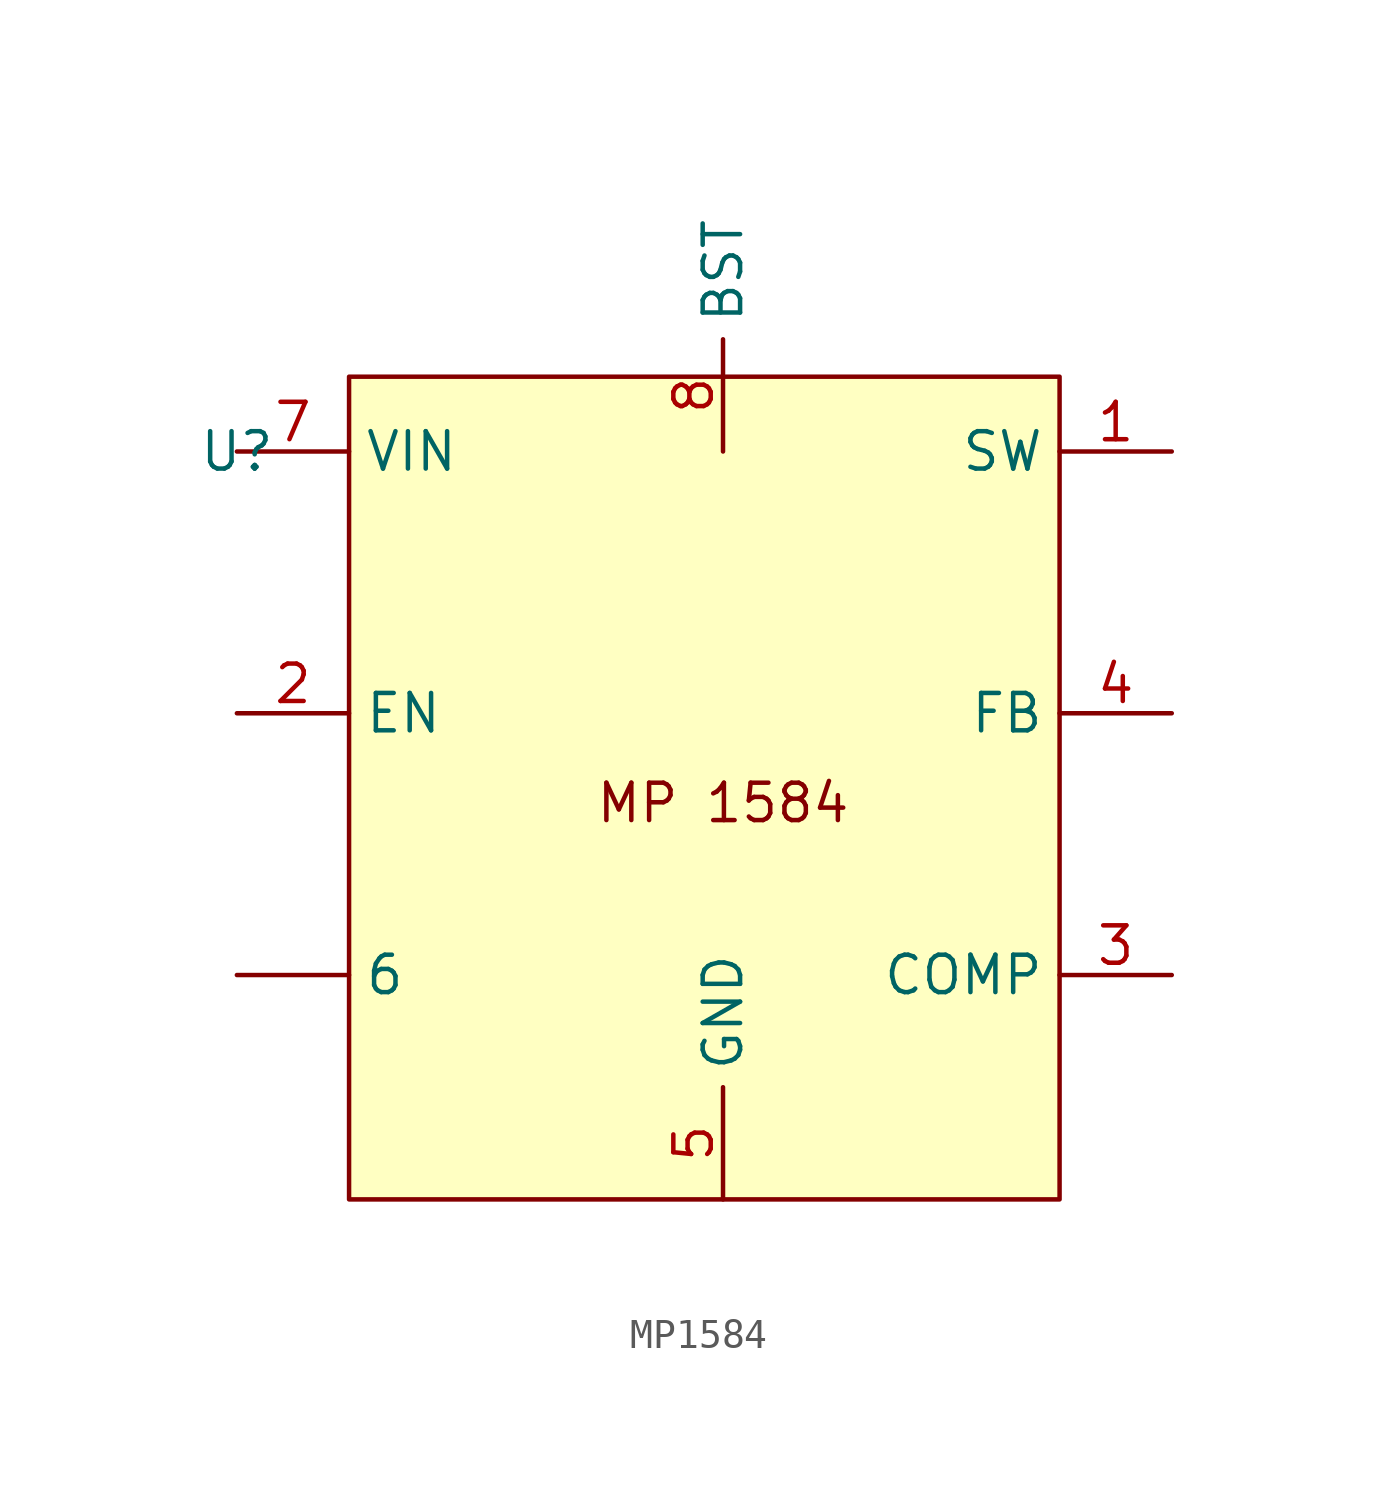
<source format=kicad_sym>
(kicad_symbol_lib
  (version 20241209)
  (generator "kicad_symbol_editor")
  (generator_version "9.0")
  (symbol "MP1584"
    (property "Reference" "U"
      (at 0 0 0)
      (effects (font (size 1.27 1.27))))
    (property "Value" ""
      (at 0 0 0)
      (effects (font (size 1.27 1.27))))
    (symbol "MP1584_1_1"
      (rectangle (start 3.81 2.54) (end 27.94 -25.4) (stroke (width 0) (type solid)) (fill (type color) (color 255 255 194 1)))
      (text "MP 1584" (at 16.51 -11.938 0) (effects (font (size 1.27 1.27))))
      (pin power_in line (at 0 0 0) (length 3.81) (name "VIN" (effects (font (size 1.27 1.27)))) (number "7" (effects (font (size 1.27 1.27)))))
      (pin power_in line (at 0 -8.89 0) (length 3.81) (name "EN" (effects (font (size 1.27 1.27)))) (number "2" (effects (font (size 1.27 1.27)))))
      (pin power_in line (at 0 -17.78 0) (length 3.81) (name "6" (effects (font (size 1.27 1.27)))) (number "" (effects (font (size 1.27 1.27)))))
      (pin power_in line (at 16.51 0 90) (length 3.81) (name "BST" (effects (font (size 1.27 1.27)))) (number "8" (effects (font (size 1.27 1.27)))))
      (pin power_in line (at 16.51 -25.4 90) (length 3.81) (name "GND" (effects (font (size 1.27 1.27)))) (number "5" (effects (font (size 1.27 1.27)))))
      (pin power_in line (at 31.75 0 180) (length 3.81) (name "SW" (effects (font (size 1.27 1.27)))) (number "1" (effects (font (size 1.27 1.27)))))
      (pin power_in line (at 31.75 -8.89 180) (length 3.81) (name "FB" (effects (font (size 1.27 1.27)))) (number "4" (effects (font (size 1.27 1.27)))))
      (pin power_in line (at 31.75 -17.78 180) (length 3.81) (name "COMP" (effects (font (size 1.27 1.27)))) (number "3" (effects (font (size 1.27 1.27))))))))
</source>
